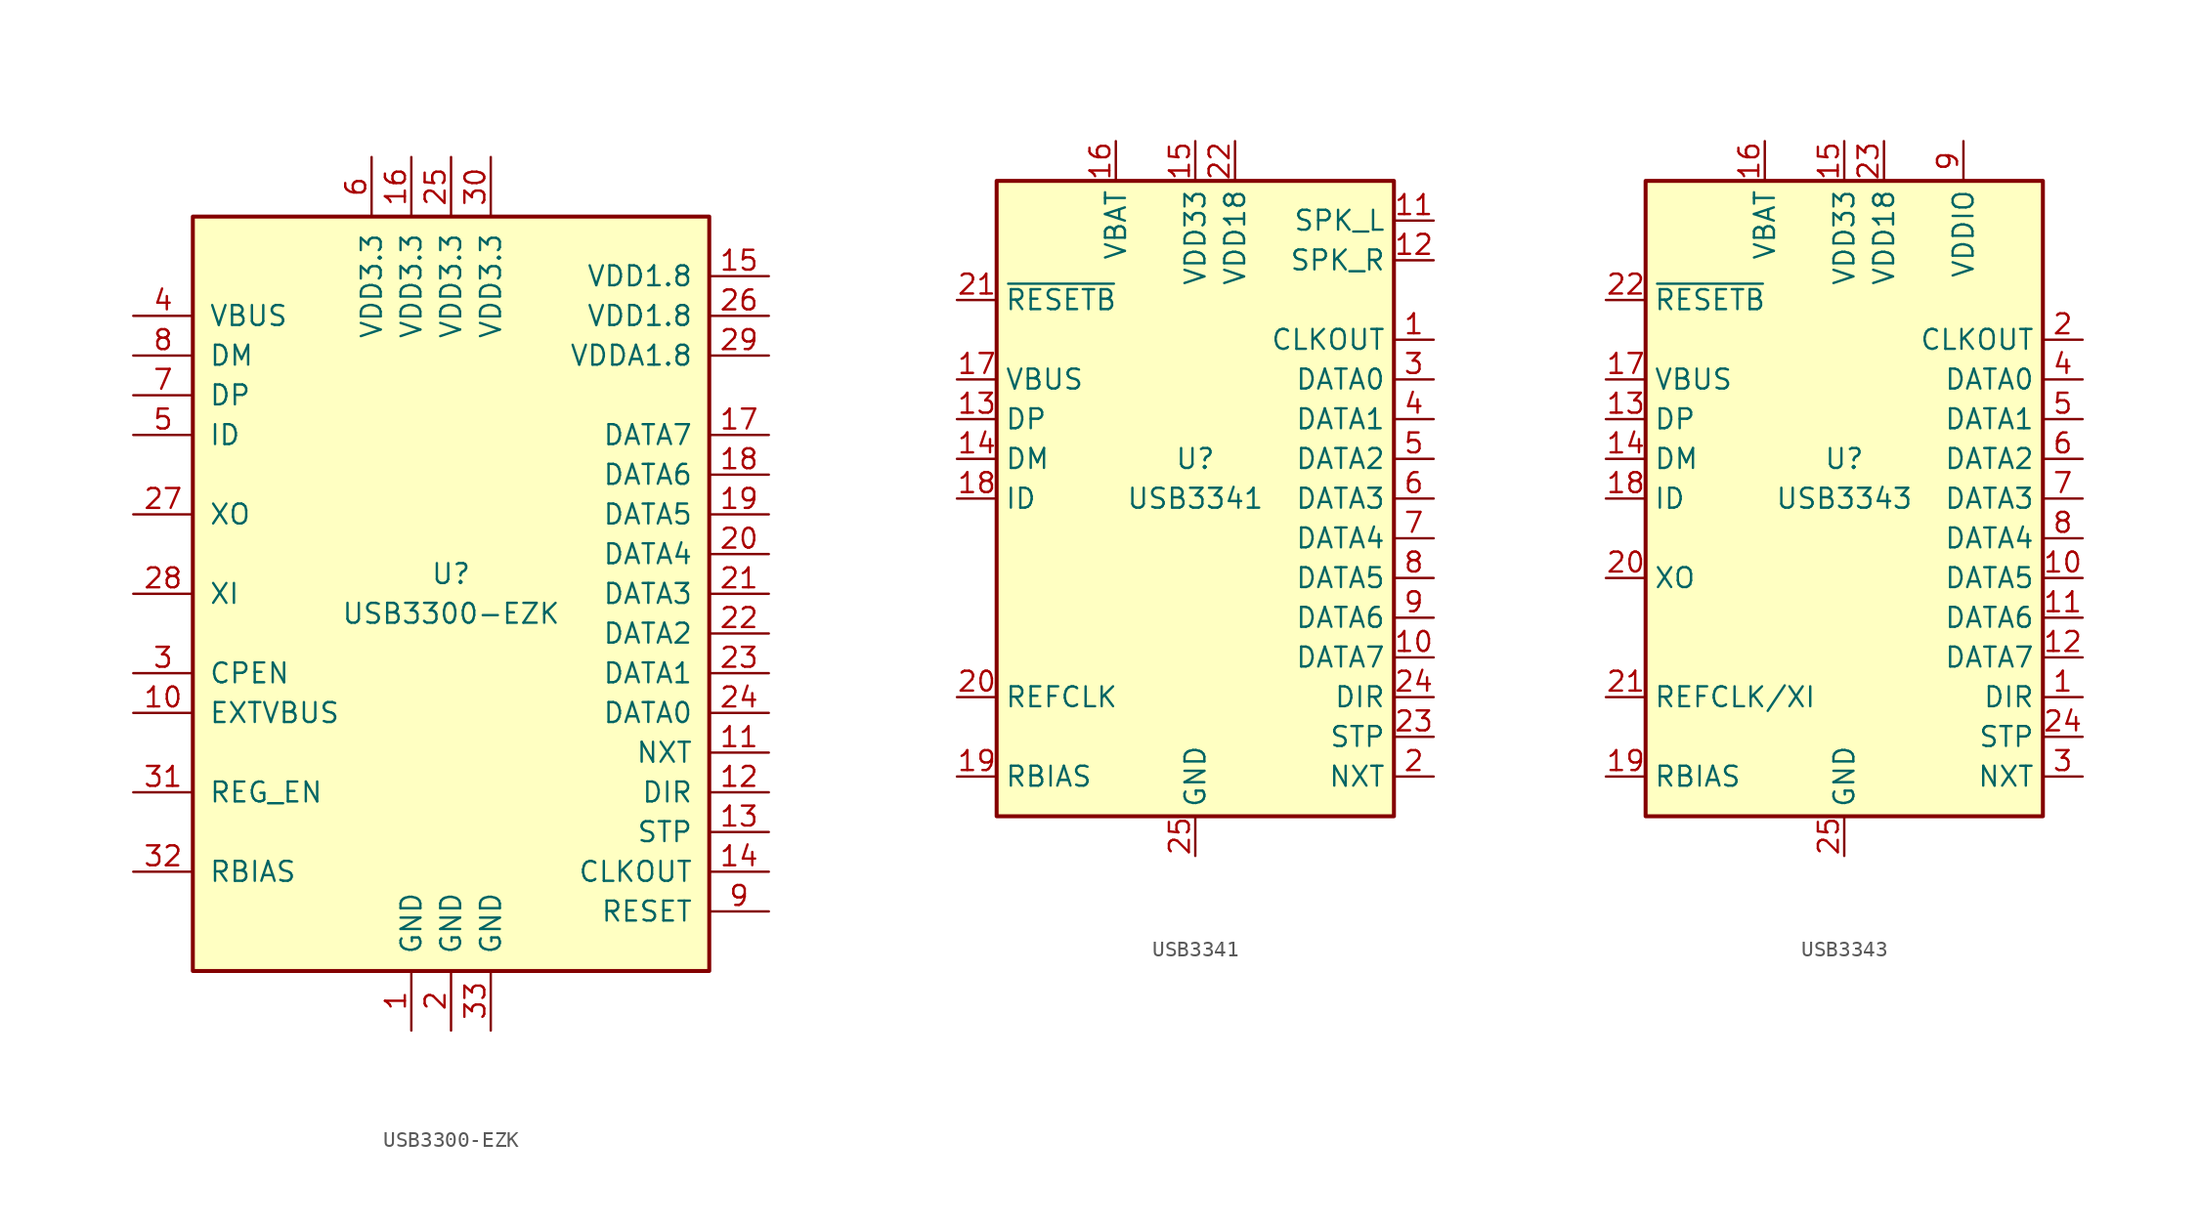
<source format=kicad_sym>
(kicad_symbol_lib
  (version 20241209)
  (generator "kicad_symbol_editor")
  (generator_version "9.0")
  (symbol "USB3300-EZK"
    (pin_names
      (offset 1.016))
    (property "Reference" "U"
      (at 0 1.27 0)
      (effects (font (size 1.27 1.27))))
    (property "Value" "USB3300-EZK"
      (at 0 -1.27 0)
      (effects (font (size 1.27 1.27))))
    (symbol "USB3300-EZK_0_1"
      (rectangle (start 16.51 -24.13) (end -16.51 24.13) (stroke (width 0.254) (type default)) (fill (type background))))
    (symbol "USB3300-EZK_1_1"
      (pin power_in line (at -20.32 17.78 0) (length 3.81) (name "VBUS" (effects (font (size 1.27 1.27)))) (number "4" (effects (font (size 1.27 1.27)))))
      (pin bidirectional line (at -20.32 15.24 0) (length 3.81) (name "DM" (effects (font (size 1.27 1.27)))) (number "8" (effects (font (size 1.27 1.27)))))
      (pin bidirectional line (at -20.32 12.7 0) (length 3.81) (name "DP" (effects (font (size 1.27 1.27)))) (number "7" (effects (font (size 1.27 1.27)))))
      (pin input line (at -20.32 10.16 0) (length 3.81) (name "ID" (effects (font (size 1.27 1.27)))) (number "5" (effects (font (size 1.27 1.27)))))
      (pin output line (at -20.32 5.08 0) (length 3.81) (name "XO" (effects (font (size 1.27 1.27)))) (number "27" (effects (font (size 1.27 1.27)))))
      (pin input line (at -20.32 0 0) (length 3.81) (name "XI" (effects (font (size 1.27 1.27)))) (number "28" (effects (font (size 1.27 1.27)))))
      (pin output line (at -20.32 -5.08 0) (length 3.81) (name "CPEN" (effects (font (size 1.27 1.27)))) (number "3" (effects (font (size 1.27 1.27)))))
      (pin input line (at -20.32 -7.62 0) (length 3.81) (name "EXTVBUS" (effects (font (size 1.27 1.27)))) (number "10" (effects (font (size 1.27 1.27)))))
      (pin bidirectional line (at -20.32 -12.7 0) (length 3.81) (name "REG_EN" (effects (font (size 1.27 1.27)))) (number "31" (effects (font (size 1.27 1.27)))))
      (pin passive line (at -20.32 -17.78 0) (length 3.81) (name "RBIAS" (effects (font (size 1.27 1.27)))) (number "32" (effects (font (size 1.27 1.27)))))
      (pin power_in line (at -5.08 27.94 270) (length 3.81) (name "VDD3.3" (effects (font (size 1.27 1.27)))) (number "6" (effects (font (size 1.27 1.27)))))
      (pin power_in line (at -2.54 27.94 270) (length 3.81) (name "VDD3.3" (effects (font (size 1.27 1.27)))) (number "16" (effects (font (size 1.27 1.27)))))
      (pin power_in line (at -2.54 -27.94 90) (length 3.81) (name "GND" (effects (font (size 1.27 1.27)))) (number "1" (effects (font (size 1.27 1.27)))))
      (pin power_in line (at 0 27.94 270) (length 3.81) (name "VDD3.3" (effects (font (size 1.27 1.27)))) (number "25" (effects (font (size 1.27 1.27)))))
      (pin power_in line (at 0 -27.94 90) (length 3.81) (name "GND" (effects (font (size 1.27 1.27)))) (number "2" (effects (font (size 1.27 1.27)))))
      (pin power_in line (at 2.54 27.94 270) (length 3.81) (name "VDD3.3" (effects (font (size 1.27 1.27)))) (number "30" (effects (font (size 1.27 1.27)))))
      (pin power_in line (at 2.54 -27.94 90) (length 3.81) (name "GND" (effects (font (size 1.27 1.27)))) (number "33" (effects (font (size 1.27 1.27)))))
      (pin power_out line (at 20.32 20.32 180) (length 3.81) (name "VDD1.8" (effects (font (size 1.27 1.27)))) (number "15" (effects (font (size 1.27 1.27)))))
      (pin power_out line (at 20.32 17.78 180) (length 3.81) (name "VDD1.8" (effects (font (size 1.27 1.27)))) (number "26" (effects (font (size 1.27 1.27)))))
      (pin power_out line (at 20.32 15.24 180) (length 3.81) (name "VDDA1.8" (effects (font (size 1.27 1.27)))) (number "29" (effects (font (size 1.27 1.27)))))
      (pin bidirectional line (at 20.32 10.16 180) (length 3.81) (name "DATA7" (effects (font (size 1.27 1.27)))) (number "17" (effects (font (size 1.27 1.27)))))
      (pin bidirectional line (at 20.32 7.62 180) (length 3.81) (name "DATA6" (effects (font (size 1.27 1.27)))) (number "18" (effects (font (size 1.27 1.27)))))
      (pin bidirectional line (at 20.32 5.08 180) (length 3.81) (name "DATA5" (effects (font (size 1.27 1.27)))) (number "19" (effects (font (size 1.27 1.27)))))
      (pin bidirectional line (at 20.32 2.54 180) (length 3.81) (name "DATA4" (effects (font (size 1.27 1.27)))) (number "20" (effects (font (size 1.27 1.27)))))
      (pin bidirectional line (at 20.32 0 180) (length 3.81) (name "DATA3" (effects (font (size 1.27 1.27)))) (number "21" (effects (font (size 1.27 1.27)))))
      (pin bidirectional line (at 20.32 -2.54 180) (length 3.81) (name "DATA2" (effects (font (size 1.27 1.27)))) (number "22" (effects (font (size 1.27 1.27)))))
      (pin bidirectional line (at 20.32 -5.08 180) (length 3.81) (name "DATA1" (effects (font (size 1.27 1.27)))) (number "23" (effects (font (size 1.27 1.27)))))
      (pin bidirectional line (at 20.32 -7.62 180) (length 3.81) (name "DATA0" (effects (font (size 1.27 1.27)))) (number "24" (effects (font (size 1.27 1.27)))))
      (pin output line (at 20.32 -10.16 180) (length 3.81) (name "NXT" (effects (font (size 1.27 1.27)))) (number "11" (effects (font (size 1.27 1.27)))))
      (pin output line (at 20.32 -12.7 180) (length 3.81) (name "DIR" (effects (font (size 1.27 1.27)))) (number "12" (effects (font (size 1.27 1.27)))))
      (pin input line (at 20.32 -15.24 180) (length 3.81) (name "STP" (effects (font (size 1.27 1.27)))) (number "13" (effects (font (size 1.27 1.27)))))
      (pin output line (at 20.32 -17.78 180) (length 3.81) (name "CLKOUT" (effects (font (size 1.27 1.27)))) (number "14" (effects (font (size 1.27 1.27)))))
      (pin input line (at 20.32 -20.32 180) (length 3.81) (name "RESET" (effects (font (size 1.27 1.27)))) (number "9" (effects (font (size 1.27 1.27)))))))
  (symbol "USB3341"
    (property "Reference" "U"
      (at 0 2.54 0)
      (effects (font (size 1.27 1.27))))
    (property "Value" "USB3341"
      (at 0 0 0)
      (effects (font (size 1.27 1.27))))
    (symbol "USB3341_0_1"
      (rectangle (start -12.7 20.32) (end 12.7 -20.32) (stroke (width 0.254) (type default)) (fill (type background))))
    (symbol "USB3341_1_1"
      (pin input line (at -15.24 12.7 0) (length 2.54) (name "~{RESETB}" (effects (font (size 1.27 1.27)))) (number "21" (effects (font (size 1.27 1.27)))))
      (pin input line (at -15.24 7.62 0) (length 2.54) (name "VBUS" (effects (font (size 1.27 1.27)))) (number "17" (effects (font (size 1.27 1.27)))))
      (pin bidirectional line (at -15.24 5.08 0) (length 2.54) (name "DP" (effects (font (size 1.27 1.27)))) (number "13" (effects (font (size 1.27 1.27)))))
      (pin bidirectional line (at -15.24 2.54 0) (length 2.54) (name "DM" (effects (font (size 1.27 1.27)))) (number "14" (effects (font (size 1.27 1.27)))))
      (pin input line (at -15.24 0 0) (length 2.54) (name "ID" (effects (font (size 1.27 1.27)))) (number "18" (effects (font (size 1.27 1.27)))))
      (pin input line (at -15.24 -12.7 0) (length 2.54) (name "REFCLK" (effects (font (size 1.27 1.27)))) (number "20" (effects (font (size 1.27 1.27)))))
      (pin passive line (at -15.24 -17.78 0) (length 2.54) (name "RBIAS" (effects (font (size 1.27 1.27)))) (number "19" (effects (font (size 1.27 1.27)))))
      (pin power_in line (at -5.08 22.86 270) (length 2.54) (name "VBAT" (effects (font (size 1.27 1.27)))) (number "16" (effects (font (size 1.27 1.27)))))
      (pin power_out line (at 0 22.86 270) (length 2.54) (name "VDD33" (effects (font (size 1.27 1.27)))) (number "15" (effects (font (size 1.27 1.27)))))
      (pin power_in line (at 0 -22.86 90) (length 2.54) (name "GND" (effects (font (size 1.27 1.27)))) (number "25" (effects (font (size 1.27 1.27)))))
      (pin power_out line (at 2.54 22.86 270) (length 2.54) (name "VDD18" (effects (font (size 1.27 1.27)))) (number "22" (effects (font (size 1.27 1.27)))))
      (pin bidirectional line (at 15.24 17.78 180) (length 2.54) (name "SPK_L" (effects (font (size 1.27 1.27)))) (number "11" (effects (font (size 1.27 1.27)))))
      (pin bidirectional line (at 15.24 15.24 180) (length 2.54) (name "SPK_R" (effects (font (size 1.27 1.27)))) (number "12" (effects (font (size 1.27 1.27)))))
      (pin output line (at 15.24 10.16 180) (length 2.54) (name "CLKOUT" (effects (font (size 1.27 1.27)))) (number "1" (effects (font (size 1.27 1.27)))))
      (pin bidirectional line (at 15.24 7.62 180) (length 2.54) (name "DATA0" (effects (font (size 1.27 1.27)))) (number "3" (effects (font (size 1.27 1.27)))))
      (pin bidirectional line (at 15.24 5.08 180) (length 2.54) (name "DATA1" (effects (font (size 1.27 1.27)))) (number "4" (effects (font (size 1.27 1.27)))))
      (pin bidirectional line (at 15.24 2.54 180) (length 2.54) (name "DATA2" (effects (font (size 1.27 1.27)))) (number "5" (effects (font (size 1.27 1.27)))))
      (pin bidirectional line (at 15.24 0 180) (length 2.54) (name "DATA3" (effects (font (size 1.27 1.27)))) (number "6" (effects (font (size 1.27 1.27)))))
      (pin bidirectional line (at 15.24 -2.54 180) (length 2.54) (name "DATA4" (effects (font (size 1.27 1.27)))) (number "7" (effects (font (size 1.27 1.27)))))
      (pin bidirectional line (at 15.24 -5.08 180) (length 2.54) (name "DATA5" (effects (font (size 1.27 1.27)))) (number "8" (effects (font (size 1.27 1.27)))))
      (pin bidirectional line (at 15.24 -7.62 180) (length 2.54) (name "DATA6" (effects (font (size 1.27 1.27)))) (number "9" (effects (font (size 1.27 1.27)))))
      (pin bidirectional line (at 15.24 -10.16 180) (length 2.54) (name "DATA7" (effects (font (size 1.27 1.27)))) (number "10" (effects (font (size 1.27 1.27)))))
      (pin output line (at 15.24 -12.7 180) (length 2.54) (name "DIR" (effects (font (size 1.27 1.27)))) (number "24" (effects (font (size 1.27 1.27)))))
      (pin input line (at 15.24 -15.24 180) (length 2.54) (name "STP" (effects (font (size 1.27 1.27)))) (number "23" (effects (font (size 1.27 1.27)))))
      (pin output line (at 15.24 -17.78 180) (length 2.54) (name "NXT" (effects (font (size 1.27 1.27)))) (number "2" (effects (font (size 1.27 1.27)))))))
  (symbol "USB3343"
    (property "Reference" "U"
      (at 0 2.54 0)
      (effects (font (size 1.27 1.27))))
    (property "Value" "USB3343"
      (at 0 0 0)
      (effects (font (size 1.27 1.27))))
    (symbol "USB3343_0_1"
      (rectangle (start -12.7 20.32) (end 12.7 -20.32) (stroke (width 0.254) (type default)) (fill (type background))))
    (symbol "USB3343_1_1"
      (pin input line (at -15.24 12.7 0) (length 2.54) (name "~{RESETB}" (effects (font (size 1.27 1.27)))) (number "22" (effects (font (size 1.27 1.27)))))
      (pin input line (at -15.24 7.62 0) (length 2.54) (name "VBUS" (effects (font (size 1.27 1.27)))) (number "17" (effects (font (size 1.27 1.27)))))
      (pin bidirectional line (at -15.24 5.08 0) (length 2.54) (name "DP" (effects (font (size 1.27 1.27)))) (number "13" (effects (font (size 1.27 1.27)))))
      (pin bidirectional line (at -15.24 2.54 0) (length 2.54) (name "DM" (effects (font (size 1.27 1.27)))) (number "14" (effects (font (size 1.27 1.27)))))
      (pin input line (at -15.24 0 0) (length 2.54) (name "ID" (effects (font (size 1.27 1.27)))) (number "18" (effects (font (size 1.27 1.27)))))
      (pin output line (at -15.24 -5.08 0) (length 2.54) (name "XO" (effects (font (size 1.27 1.27)))) (number "20" (effects (font (size 1.27 1.27)))))
      (pin input line (at -15.24 -12.7 0) (length 2.54) (name "REFCLK/XI" (effects (font (size 1.27 1.27)))) (number "21" (effects (font (size 1.27 1.27)))))
      (pin passive line (at -15.24 -17.78 0) (length 2.54) (name "RBIAS" (effects (font (size 1.27 1.27)))) (number "19" (effects (font (size 1.27 1.27)))))
      (pin power_in line (at -5.08 22.86 270) (length 2.54) (name "VBAT" (effects (font (size 1.27 1.27)))) (number "16" (effects (font (size 1.27 1.27)))))
      (pin power_out line (at 0 22.86 270) (length 2.54) (name "VDD33" (effects (font (size 1.27 1.27)))) (number "15" (effects (font (size 1.27 1.27)))))
      (pin power_in line (at 0 -22.86 90) (length 2.54) (name "GND" (effects (font (size 1.27 1.27)))) (number "25" (effects (font (size 1.27 1.27)))))
      (pin power_out line (at 2.54 22.86 270) (length 2.54) (name "VDD18" (effects (font (size 1.27 1.27)))) (number "23" (effects (font (size 1.27 1.27)))))
      (pin power_in line (at 7.62 22.86 270) (length 2.54) (name "VDDIO" (effects (font (size 1.27 1.27)))) (number "9" (effects (font (size 1.27 1.27)))))
      (pin output line (at 15.24 10.16 180) (length 2.54) (name "CLKOUT" (effects (font (size 1.27 1.27)))) (number "2" (effects (font (size 1.27 1.27)))))
      (pin bidirectional line (at 15.24 7.62 180) (length 2.54) (name "DATA0" (effects (font (size 1.27 1.27)))) (number "4" (effects (font (size 1.27 1.27)))))
      (pin bidirectional line (at 15.24 5.08 180) (length 2.54) (name "DATA1" (effects (font (size 1.27 1.27)))) (number "5" (effects (font (size 1.27 1.27)))))
      (pin bidirectional line (at 15.24 2.54 180) (length 2.54) (name "DATA2" (effects (font (size 1.27 1.27)))) (number "6" (effects (font (size 1.27 1.27)))))
      (pin bidirectional line (at 15.24 0 180) (length 2.54) (name "DATA3" (effects (font (size 1.27 1.27)))) (number "7" (effects (font (size 1.27 1.27)))))
      (pin bidirectional line (at 15.24 -2.54 180) (length 2.54) (name "DATA4" (effects (font (size 1.27 1.27)))) (number "8" (effects (font (size 1.27 1.27)))))
      (pin bidirectional line (at 15.24 -5.08 180) (length 2.54) (name "DATA5" (effects (font (size 1.27 1.27)))) (number "10" (effects (font (size 1.27 1.27)))))
      (pin bidirectional line (at 15.24 -7.62 180) (length 2.54) (name "DATA6" (effects (font (size 1.27 1.27)))) (number "11" (effects (font (size 1.27 1.27)))))
      (pin bidirectional line (at 15.24 -10.16 180) (length 2.54) (name "DATA7" (effects (font (size 1.27 1.27)))) (number "12" (effects (font (size 1.27 1.27)))))
      (pin output line (at 15.24 -12.7 180) (length 2.54) (name "DIR" (effects (font (size 1.27 1.27)))) (number "1" (effects (font (size 1.27 1.27)))))
      (pin input line (at 15.24 -15.24 180) (length 2.54) (name "STP" (effects (font (size 1.27 1.27)))) (number "24" (effects (font (size 1.27 1.27)))))
      (pin output line (at 15.24 -17.78 180) (length 2.54) (name "NXT" (effects (font (size 1.27 1.27)))) (number "3" (effects (font (size 1.27 1.27))))))))
</source>
